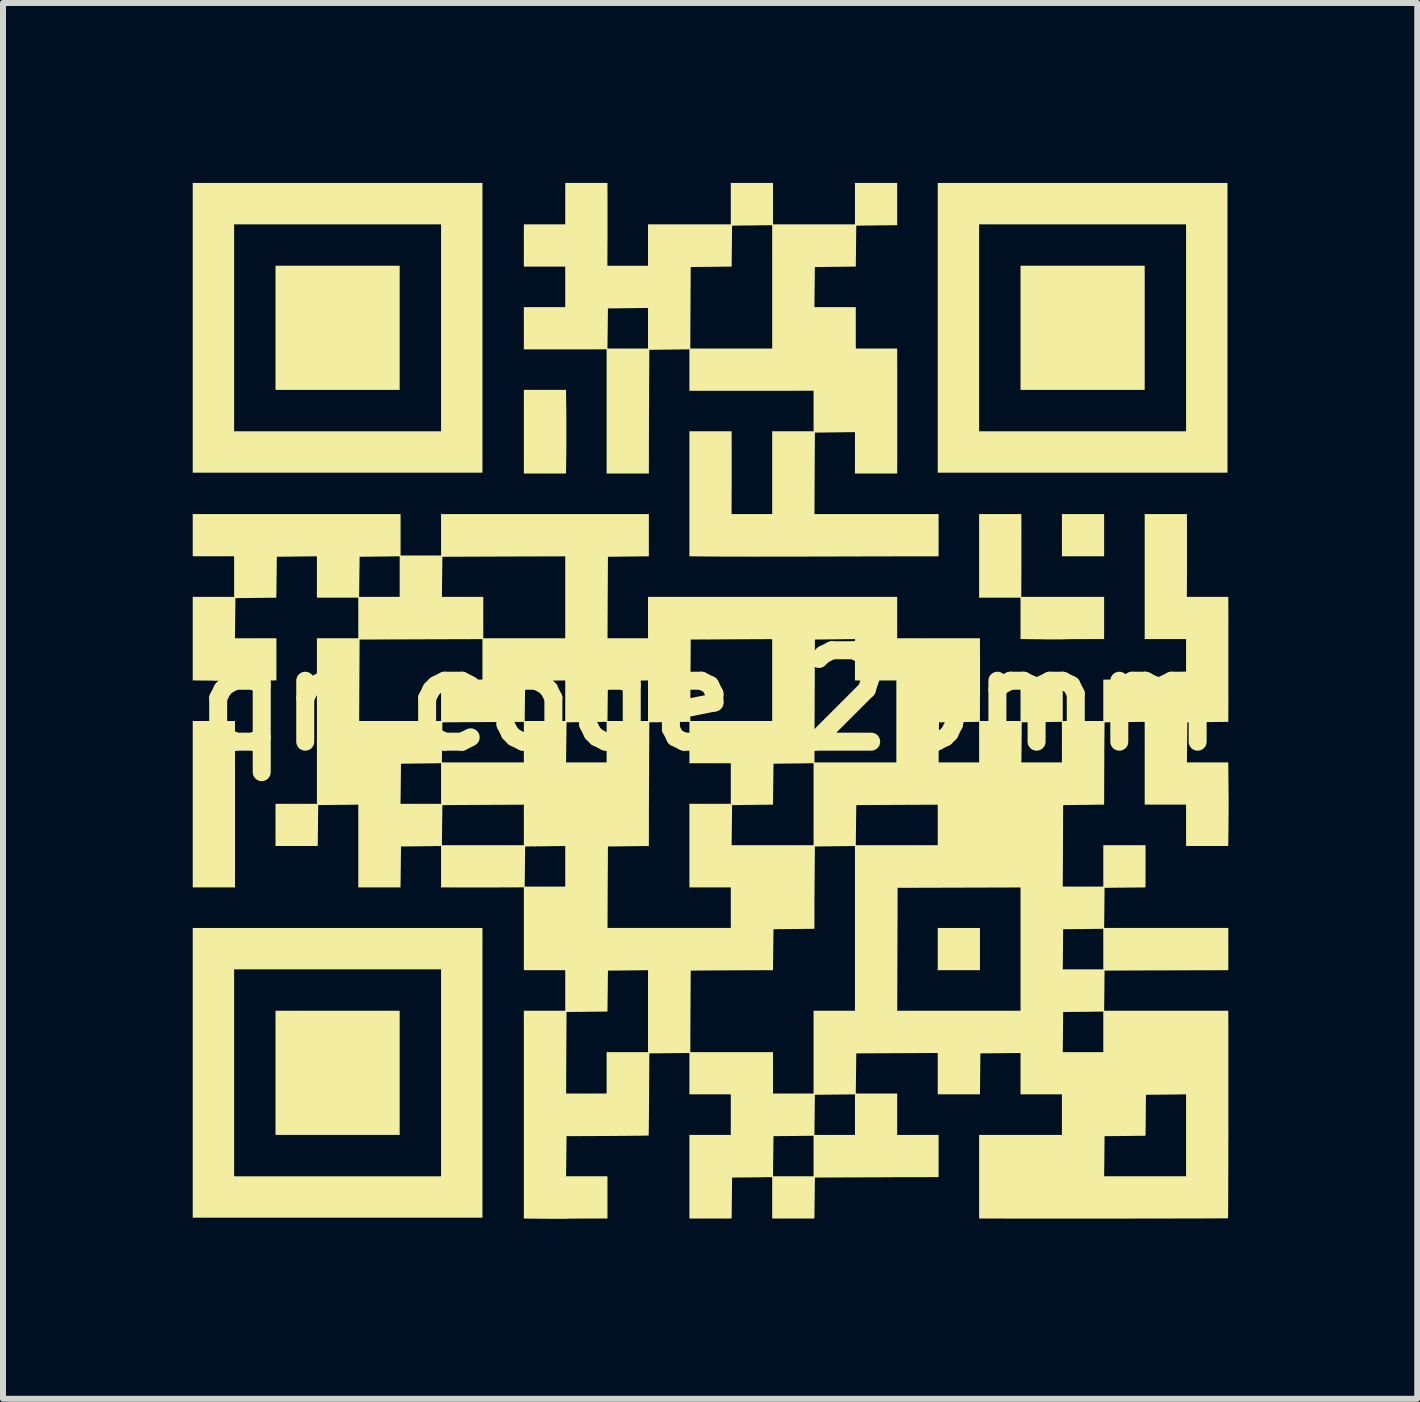
<source format=kicad_pcb>
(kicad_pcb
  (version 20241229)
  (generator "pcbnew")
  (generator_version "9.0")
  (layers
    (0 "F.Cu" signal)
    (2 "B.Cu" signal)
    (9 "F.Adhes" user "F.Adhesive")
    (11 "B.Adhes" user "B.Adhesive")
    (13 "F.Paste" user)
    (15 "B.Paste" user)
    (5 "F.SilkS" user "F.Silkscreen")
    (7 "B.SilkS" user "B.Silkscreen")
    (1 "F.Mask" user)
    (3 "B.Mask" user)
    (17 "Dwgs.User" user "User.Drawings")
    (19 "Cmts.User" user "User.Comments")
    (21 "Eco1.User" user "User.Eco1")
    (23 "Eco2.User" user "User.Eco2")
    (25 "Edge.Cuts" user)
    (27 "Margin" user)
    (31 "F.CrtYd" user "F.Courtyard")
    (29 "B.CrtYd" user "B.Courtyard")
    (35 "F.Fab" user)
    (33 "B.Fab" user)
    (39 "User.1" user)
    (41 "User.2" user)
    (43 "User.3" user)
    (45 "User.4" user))
  (footprint "qr_code_20mm"
    (layer "F.Cu")
    (at 8.788 8.625)
    (property "Reference" "qr_code_20mm" (at 0 0 0) (layer "F.SilkS") (effects (font (size 1.524 1.524) (thickness 0.3))))
    (attr board_only exclude_from_pos_files exclude_from_bom)
    (fp_poly (pts (xy -5.175 -5.175) (xy -7.245 -5.175) (xy -7.245 -7.245) (xy -5.175 -7.245)) (stroke (width 0) (type solid)) (fill yes) (layer "F.SilkS"))
    (fp_poly (pts (xy -5.175 7.245) (xy -7.245 7.245) (xy -7.245 5.175) (xy -5.175 5.175)) (stroke (width 0) (type solid)) (fill yes) (layer "F.SilkS"))
    (fp_poly (pts (xy 4.499 4.499) (xy 3.795 4.499) (xy 3.795 3.795) (xy 4.499 3.795)) (stroke (width 0) (type solid)) (fill yes) (layer "F.SilkS"))
    (fp_poly (pts (xy 6.569 -2.401) (xy 5.865 -2.401) (xy 5.865 -3.105) (xy 6.569 -3.105)) (stroke (width 0) (type solid)) (fill yes) (layer "F.SilkS"))
    (fp_poly (pts (xy 7.245 -5.175) (xy 5.175 -5.175) (xy 5.175 -7.245) (xy 7.245 -7.245)) (stroke (width 0) (type solid)) (fill yes) (layer "F.SilkS"))
    (fp_poly (pts (xy -3.795 -3.795) (xy -8.625 -3.795) (xy -8.625 -4.485) (xy -7.935 -4.485) (xy -4.485 -4.485) (xy -4.485 -7.935) (xy -7.935 -7.935) (xy -7.935 -4.485) (xy -8.625 -4.485) (xy -8.625 -8.625) (xy -3.795 -8.625)) (stroke (width 0) (type solid)) (fill yes) (layer "F.SilkS"))
    (fp_poly (pts (xy -3.795 8.625) (xy -8.625 8.625) (xy -8.625 7.935) (xy -7.935 7.935) (xy -4.485 7.935) (xy -4.485 4.485) (xy -7.935 4.485) (xy -7.935 7.935) (xy -8.625 7.935) (xy -8.625 3.795) (xy -3.795 3.795)) (stroke (width 0) (type solid)) (fill yes) (layer "F.SilkS"))
    (fp_poly (pts (xy -2.397 -4.826) (xy -2.396 -4.7) (xy -2.396 -4.556) (xy -2.396 -4.406) (xy -2.396 -4.262) (xy -2.397 -4.134) (xy -2.397 -4.129) (xy -2.402 -3.781) (xy -3.105 -3.781) (xy -3.105 -5.175) (xy -2.402 -5.175)) (stroke (width 0) (type solid)) (fill yes) (layer "F.SilkS"))
    (fp_poly (pts (xy 8.625 -3.795) (xy 3.795 -3.795) (xy 3.795 -4.485) (xy 4.485 -4.485) (xy 7.935 -4.485) (xy 7.935 -7.935) (xy 4.485 -7.935) (xy 4.485 -4.485) (xy 3.795 -4.485) (xy 3.795 -8.625) (xy 8.625 -8.625)) (stroke (width 0) (type solid)) (fill yes) (layer "F.SilkS"))
    (fp_poly (pts (xy -7.92 0.69) (xy -7.92 0.778) (xy -7.92 0.889) (xy -7.92 1.02) (xy -7.92 1.165) (xy -7.92 1.319) (xy -7.92 1.477) (xy -7.92 1.635) (xy -7.92 1.739) (xy -7.92 1.894) (xy -7.92 2.052) (xy -7.92 2.208) (xy -7.92 2.359) (xy -7.92 2.498) (xy -7.92 2.622) (xy -7.92 2.725) (xy -7.92 2.781) (xy -7.92 3.119) (xy -8.625 3.119) (xy -8.625 0.345) (xy -7.92 0.345)) (stroke (width 0) (type solid)) (fill yes) (layer "F.SilkS"))
    (fp_poly (pts (xy 5.19 -2.756) (xy 5.19 -2.631) (xy 5.19 -2.488) (xy 5.19 -2.34) (xy 5.19 -2.198) (xy 5.189 -2.073) (xy 5.189 -2.066) (xy 5.188 -1.725) (xy 6.569 -1.725) (xy 6.569 -1.021) (xy 6.24 -1.021) (xy 6.145 -1.02) (xy 6.058 -1.02) (xy 5.986 -1.019) (xy 5.931 -1.018) (xy 5.898 -1.017) (xy 5.891 -1.017) (xy 5.872 -1.016) (xy 5.828 -1.016) (xy 5.764 -1.015) (xy 5.684 -1.016) (xy 5.592 -1.016) (xy 5.523 -1.017) (xy 5.175 -1.021) (xy 5.175 -1.711) (xy 4.485 -1.711) (xy 4.485 -3.105) (xy 5.189 -3.105)) (stroke (width 0) (type solid)) (fill yes) (layer "F.SilkS"))
    (fp_poly (pts (xy -1.71 -8.276) (xy -1.71 -8.151) (xy -1.71 -8.008) (xy -1.71 -7.86) (xy -1.71 -7.718) (xy -1.711 -7.593) (xy -1.711 -7.586) (xy -1.712 -7.245) (xy -1.035 -7.245) (xy -1.035 -7.935) (xy 0.345 -7.935) (xy 0.345 -8.625) (xy 1.049 -8.625) (xy 1.049 -7.935) (xy 2.415 -7.935) (xy 2.415 -8.625) (xy 3.119 -8.625) (xy 3.119 -7.921) (xy 2.437 -7.913) (xy 2.433 -7.572) (xy 2.429 -7.231) (xy 2.088 -7.227) (xy 1.747 -7.223) (xy 1.743 -6.889) (xy 1.739 -6.555) (xy 2.429 -6.555) (xy 2.429 -5.865) (xy 3.119 -5.865) (xy 3.12 -5.52) (xy 3.12 -5.397) (xy 3.12 -5.256) (xy 3.12 -5.108) (xy 3.12 -4.963) (xy 3.12 -4.833) (xy 3.12 -4.816) (xy 3.12 -4.689) (xy 3.12 -4.548) (xy 3.12 -4.402) (xy 3.12 -4.261) (xy 3.12 -4.137) (xy 3.12 -4.118) (xy 3.119 -3.781) (xy 2.415 -3.781) (xy 2.415 -4.471) (xy 2.081 -4.467) (xy 1.747 -4.463) (xy 1.743 -3.784) (xy 1.74 -3.105) (xy 3.809 -3.105) (xy 3.809 -2.401) (xy 3.475 -2.4) (xy 3.412 -2.4) (xy 3.322 -2.4) (xy 3.209 -2.4) (xy 3.075 -2.4) (xy 2.923 -2.399) (xy 2.755 -2.399) (xy 2.574 -2.399) (xy 2.383 -2.398) (xy 2.184 -2.398) (xy 1.981 -2.397) (xy 1.774 -2.397) (xy 1.747 -2.397) (xy 1.54 -2.396) (xy 1.335 -2.396) (xy 1.134 -2.396) (xy 0.941 -2.396) (xy 0.757 -2.395) (xy 0.586 -2.396) (xy 0.43 -2.396) (xy 0.292 -2.396) (xy 0.174 -2.396) (xy 0.079 -2.397) (xy 0.01 -2.397) (xy 0.004 -2.397) (xy -0.345 -2.401) (xy -0.345 -4.485) (xy 0.359 -4.485) (xy 0.36 -4.136) (xy 0.36 -4.011) (xy 0.36 -3.868) (xy 0.36 -3.72) (xy 0.36 -3.578) (xy 0.359 -3.453) (xy 0.359 -3.446) (xy 0.358 -3.105) (xy 1.035 -3.105) (xy 1.035 -4.485) (xy 1.725 -4.485) (xy 1.725 -5.161) (xy 1.039 -5.16) (xy 0.885 -5.16) (xy 0.727 -5.16) (xy 0.57 -5.16) (xy 0.419 -5.16) (xy 0.279 -5.16) (xy 0.154 -5.16) (xy 0.051 -5.16) (xy 0.004 -5.16) (xy -0.345 -5.16) (xy -0.345 -5.851) (xy -0.679 -5.847) (xy -1.013 -5.843) (xy -1.017 -5.153) (xy -1.017 -5) (xy -1.018 -4.842) (xy -1.019 -4.686) (xy -1.019 -4.536) (xy -1.02 -4.397) (xy -1.02 -4.273) (xy -1.02 -4.171) (xy -1.02 -4.122) (xy -1.021 -3.781) (xy -1.725 -3.781) (xy -1.725 -5.852) (xy -2.066 -5.85) (xy -2.19 -5.85) (xy -2.332 -5.85) (xy -2.479 -5.85) (xy -2.622 -5.85) (xy -2.749 -5.85) (xy -2.756 -5.85) (xy -3.105 -5.85) (xy -3.105 -5.865) (xy -1.711 -5.865) (xy -1.035 -5.865) (xy -0.33 -5.865) (xy 1.035 -5.865) (xy 1.035 -7.921) (xy 0.701 -7.917) (xy 0.367 -7.913) (xy 0.363 -7.572) (xy 0.359 -7.231) (xy 0.018 -7.227) (xy -0.323 -7.223) (xy -0.327 -6.544) (xy -0.33 -5.865) (xy -1.035 -5.865) (xy -1.035 -6.541) (xy -1.369 -6.537) (xy -1.703 -6.533) (xy -1.707 -6.199) (xy -1.711 -5.865) (xy -3.105 -5.865) (xy -3.105 -6.555) (xy -2.415 -6.555) (xy -2.415 -7.23) (xy -3.105 -7.23) (xy -3.105 -7.935) (xy -2.415 -7.935) (xy -2.415 -8.625) (xy -1.711 -8.625)) (stroke (width 0) (type solid)) (fill yes) (layer "F.SilkS"))
    (fp_poly (pts (xy -5.16 -2.415) (xy -4.485 -2.415) (xy -4.485 -3.105) (xy -1.021 -3.105) (xy -1.021 -2.401) (xy -1.362 -2.397) (xy -1.703 -2.393) (xy -1.707 -1.714) (xy -1.71 -1.035) (xy -1.035 -1.035) (xy -1.035 -1.725) (xy 3.119 -1.725) (xy 3.119 -1.035) (xy 4.499 -1.035) (xy 4.5 -0.686) (xy 4.5 -0.561) (xy 4.5 -0.418) (xy 4.5 -0.271) (xy 4.5 -0.128) (xy 4.499 -0.003) (xy 4.499 0.004) (xy 4.498 0.345) (xy 5.175 0.345) (xy 5.175 -0.345) (xy 5.879 -0.345) (xy 5.879 0.345) (xy 6.555 0.345) (xy 6.555 -0.345) (xy 7.935 -0.345) (xy 7.935 -1.021) (xy 7.245 -1.021) (xy 7.245 -3.105) (xy 7.949 -3.105) (xy 7.95 -2.756) (xy 7.95 -2.631) (xy 7.95 -2.488) (xy 7.95 -2.34) (xy 7.95 -2.198) (xy 7.949 -2.073) (xy 7.949 -2.066) (xy 7.948 -1.725) (xy 8.639 -1.725) (xy 8.64 -1.38) (xy 8.64 -1.257) (xy 8.64 -1.116) (xy 8.64 -0.968) (xy 8.64 -0.823) (xy 8.64 -0.693) (xy 8.64 -0.676) (xy 8.64 -0.55) (xy 8.64 -0.408) (xy 8.64 -0.262) (xy 8.64 -0.121) (xy 8.64 0.003) (xy 8.64 0.021) (xy 8.639 0.359) (xy 7.956 0.367) (xy 7.953 0.701) (xy 7.949 1.035) (xy 8.638 1.035) (xy 8.642 1.384) (xy 8.643 1.51) (xy 8.644 1.654) (xy 8.644 1.804) (xy 8.643 1.948) (xy 8.642 2.075) (xy 8.642 2.081) (xy 8.638 2.429) (xy 7.935 2.429) (xy 7.935 1.739) (xy 7.245 1.739) (xy 7.245 0.359) (xy 6.911 0.363) (xy 6.576 0.367) (xy 6.573 0.712) (xy 6.572 0.837) (xy 6.572 0.979) (xy 6.571 1.127) (xy 6.57 1.269) (xy 6.57 1.395) (xy 6.57 1.398) (xy 6.569 1.739) (xy 5.886 1.747) (xy 5.883 2.426) (xy 5.879 3.105) (xy 6.555 3.105) (xy 6.555 2.415) (xy 7.259 2.415) (xy 7.259 3.119) (xy 6.576 3.126) (xy 6.573 3.461) (xy 6.569 3.795) (xy 8.639 3.795) (xy 8.639 4.499) (xy 8.298 4.5) (xy 8.21 4.5) (xy 8.099 4.5) (xy 7.968 4.501) (xy 7.824 4.501) (xy 7.671 4.502) (xy 7.513 4.502) (xy 7.357 4.503) (xy 7.266 4.503) (xy 6.576 4.506) (xy 6.573 4.841) (xy 6.569 5.175) (xy 8.639 5.175) (xy 8.64 5.523) (xy 8.64 5.784) (xy 8.64 6.042) (xy 8.64 6.297) (xy 8.64 6.547) (xy 8.64 6.791) (xy 8.64 7.026) (xy 8.64 7.252) (xy 8.639 7.466) (xy 8.639 7.667) (xy 8.639 7.854) (xy 8.638 8.024) (xy 8.638 8.177) (xy 8.637 8.311) (xy 8.637 8.424) (xy 8.636 8.514) (xy 8.636 8.58) (xy 8.635 8.621) (xy 8.634 8.634) (xy 8.62 8.635) (xy 8.578 8.636) (xy 8.51 8.636) (xy 8.418 8.637) (xy 8.304 8.637) (xy 8.169 8.638) (xy 8.014 8.638) (xy 7.841 8.638) (xy 7.651 8.639) (xy 7.447 8.639) (xy 7.229 8.639) (xy 7 8.64) (xy 6.76 8.64) (xy 6.512 8.64) (xy 6.256 8.64) (xy 5.994 8.64) (xy 5.729 8.64) (xy 5.461 8.64) (xy 5.191 8.64) (xy 4.922 8.64) (xy 4.833 8.639) (xy 4.485 8.639) (xy 4.485 7.935) (xy 6.569 7.935) (xy 7.935 7.935) (xy 7.935 6.569) (xy 7.601 6.573) (xy 7.266 6.576) (xy 7.263 6.918) (xy 7.259 7.259) (xy 6.918 7.263) (xy 6.576 7.266) (xy 6.573 7.601) (xy 6.569 7.935) (xy 4.485 7.935) (xy 4.485 7.245) (xy 5.865 7.245) (xy 5.865 6.569) (xy 5.175 6.569) (xy 5.175 5.879) (xy 4.841 5.883) (xy 4.506 5.886) (xy 4.499 6.569) (xy 3.795 6.569) (xy 3.795 5.879) (xy 3.116 5.883) (xy 2.437 5.886) (xy 2.433 6.221) (xy 2.429 6.555) (xy 3.119 6.555) (xy 3.119 7.245) (xy 3.809 7.245) (xy 3.809 7.949) (xy 3.468 7.95) (xy 3.38 7.95) (xy 3.269 7.95) (xy 3.138 7.95) (xy 2.994 7.951) (xy 2.841 7.952) (xy 2.683 7.952) (xy 2.527 7.953) (xy 2.437 7.953) (xy 1.747 7.956) (xy 1.739 8.639) (xy 1.035 8.639) (xy 1.035 7.949) (xy 0.701 7.953) (xy 0.367 7.956) (xy 0.359 8.639) (xy -0.345 8.639) (xy -0.345 7.935) (xy 1.049 7.935) (xy 1.725 7.935) (xy 1.725 7.259) (xy 1.391 7.263) (xy 1.057 7.266) (xy 1.053 7.601) (xy 1.049 7.935) (xy -0.345 7.935) (xy -0.345 7.245) (xy 0.345 7.245) (xy 1.739 7.245) (xy 2.415 7.245) (xy 2.415 6.569) (xy 2.081 6.573) (xy 1.747 6.576) (xy 1.743 6.911) (xy 1.739 7.245) (xy 0.345 7.245) (xy 0.345 6.569) (xy -0.345 6.569) (xy -0.345 5.879) (xy -0.679 5.883) (xy -1.013 5.886) (xy -1.017 6.568) (xy -1.018 6.705) (xy -1.019 6.833) (xy -1.02 6.949) (xy -1.021 7.051) (xy -1.022 7.135) (xy -1.023 7.199) (xy -1.024 7.24) (xy -1.025 7.254) (xy -1.04 7.255) (xy -1.081 7.257) (xy -1.145 7.258) (xy -1.229 7.259) (xy -1.331 7.26) (xy -1.447 7.261) (xy -1.576 7.262) (xy -1.712 7.263) (xy -2.393 7.266) (xy -2.397 7.601) (xy -2.401 7.935) (xy -1.711 7.935) (xy -1.711 8.639) (xy -2.04 8.639) (xy -2.135 8.639) (xy -2.221 8.64) (xy -2.294 8.64) (xy -2.349 8.641) (xy -2.382 8.642) (xy -2.389 8.643) (xy -2.408 8.644) (xy -2.452 8.644) (xy -2.516 8.644) (xy -2.596 8.644) (xy -2.688 8.643) (xy -2.756 8.643) (xy -3.105 8.639) (xy -3.105 6.555) (xy -2.4 6.555) (xy -1.725 6.555) (xy -1.725 5.865) (xy -1.035 5.865) (xy -0.33 5.865) (xy 1.049 5.865) (xy 1.049 6.555) (xy 1.725 6.555) (xy 1.725 5.865) (xy 5.879 5.865) (xy 6.555 5.865) (xy 6.555 5.189) (xy 6.221 5.193) (xy 5.886 5.196) (xy 5.883 5.531) (xy 5.879 5.865) (xy 1.725 5.865) (xy 1.725 5.175) (xy 2.415 5.175) (xy 3.12 5.175) (xy 5.175 5.175) (xy 5.175 4.485) (xy 5.879 4.485) (xy 6.555 4.485) (xy 6.555 3.809) (xy 6.221 3.813) (xy 5.886 3.816) (xy 5.883 4.151) (xy 5.879 4.485) (xy 5.175 4.485) (xy 5.175 3.12) (xy 4.151 3.123) (xy 3.126 3.126) (xy 3.123 4.151) (xy 3.12 5.175) (xy 2.415 5.175) (xy 2.415 2.429) (xy 2.081 2.433) (xy 1.747 2.437) (xy 1.744 2.781) (xy 1.743 2.907) (xy 1.742 3.049) (xy 1.741 3.197) (xy 1.74 3.339) (xy 1.74 3.464) (xy 1.74 3.468) (xy 1.739 3.809) (xy 1.057 3.816) (xy 1.049 4.499) (xy 0.708 4.5) (xy 0.583 4.5) (xy 0.441 4.501) (xy 0.293 4.502) (xy 0.151 4.502) (xy 0.025 4.503) (xy 0.022 4.503) (xy -0.323 4.506) (xy -0.327 5.186) (xy -0.33 5.865) (xy -1.035 5.865) (xy -1.035 4.499) (xy -1.369 4.503) (xy -1.703 4.506) (xy -1.707 4.848) (xy -1.711 5.189) (xy -2.393 5.196) (xy -2.397 5.876) (xy -2.4 6.555) (xy -3.105 6.555) (xy -3.105 5.175) (xy -2.415 5.175) (xy -2.415 4.499) (xy -3.105 4.499) (xy -3.105 3.795) (xy -1.71 3.795) (xy 0.345 3.795) (xy 0.345 3.119) (xy -0.345 3.119) (xy -0.345 2.415) (xy 0.359 2.415) (xy 1.725 2.415) (xy 2.429 2.415) (xy 3.795 2.415) (xy 3.795 1.74) (xy 3.116 1.743) (xy 2.437 1.747) (xy 2.433 2.081) (xy 2.429 2.415) (xy 1.725 2.415) (xy 1.725 1.049) (xy 1.391 1.053) (xy 1.057 1.057) (xy 1.053 1.398) (xy 1.049 1.739) (xy 0.708 1.743) (xy 0.367 1.747) (xy 0.363 2.081) (xy 0.359 2.415) (xy -0.345 2.415) (xy -0.345 1.725) (xy 0.345 1.725) (xy 0.345 1.049) (xy -0.345 1.049) (xy -0.345 1.035) (xy 1.74 1.035) (xy 3.105 1.035) (xy 3.809 1.035) (xy 4.485 1.035) (xy 5.189 1.035) (xy 5.865 1.035) (xy 5.865 0.359) (xy 5.531 0.363) (xy 5.196 0.367) (xy 5.193 0.701) (xy 5.189 1.035) (xy 4.485 1.035) (xy 4.485 0.359) (xy 4.151 0.363) (xy 3.816 0.367) (xy 3.813 0.701) (xy 3.809 1.035) (xy 3.105 1.035) (xy 3.105 -0.331) (xy 2.415 -0.331) (xy 2.415 -1.021) (xy 2.081 -1.017) (xy 1.747 -1.013) (xy 1.743 0.011) (xy 1.74 1.035) (xy -0.345 1.035) (xy -0.345 0.359) (xy -0.679 0.363) (xy -1.013 0.367) (xy -1.017 1.057) (xy -1.017 1.21) (xy -1.018 1.367) (xy -1.019 1.524) (xy -1.019 1.674) (xy -1.02 1.813) (xy -1.02 1.936) (xy -1.02 2.039) (xy -1.02 2.088) (xy -1.021 2.429) (xy -1.362 2.433) (xy -1.703 2.437) (xy -1.707 3.116) (xy -1.71 3.795) (xy -3.105 3.795) (xy -3.105 3.118) (xy -3.446 3.119) (xy -3.57 3.12) (xy -3.712 3.12) (xy -3.859 3.12) (xy -4.002 3.12) (xy -4.129 3.12) (xy -4.136 3.12) (xy -4.485 3.119) (xy -4.485 3.105) (xy -3.091 3.105) (xy -2.415 3.105) (xy -2.415 2.429) (xy -2.749 2.433) (xy -3.083 2.437) (xy -3.087 2.771) (xy -3.091 3.105) (xy -4.485 3.105) (xy -4.485 2.429) (xy -4.819 2.433) (xy -5.153 2.437) (xy -5.161 3.119) (xy -5.865 3.119) (xy -5.865 2.415) (xy -4.471 2.415) (xy -3.105 2.415) (xy -3.105 1.74) (xy -3.784 1.743) (xy -4.463 1.747) (xy -4.467 2.081) (xy -4.471 2.415) (xy -5.865 2.415) (xy -5.865 1.739) (xy -6.199 1.743) (xy -6.533 1.747) (xy -6.541 2.429) (xy -7.245 2.429) (xy -7.245 1.725) (xy -6.555 1.725) (xy -5.161 1.725) (xy -4.485 1.725) (xy -4.485 1.049) (xy -4.819 1.053) (xy -5.153 1.057) (xy -5.157 1.391) (xy -5.161 1.725) (xy -6.555 1.725) (xy -6.555 1.035) (xy -4.471 1.035) (xy -3.105 1.035) (xy -2.401 1.035) (xy -1.725 1.035) (xy -1.725 0.359) (xy -2.059 0.363) (xy -2.393 0.367) (xy -2.397 0.701) (xy -2.401 1.035) (xy -3.105 1.035) (xy -3.105 0.36) (xy -3.784 0.363) (xy -4.463 0.367) (xy -4.467 0.701) (xy -4.471 1.035) (xy -6.555 1.035) (xy -6.555 0.345) (xy -5.85 0.345) (xy -4.485 0.345) (xy -3.091 0.345) (xy -2.415 0.345) (xy -1.711 0.345) (xy -1.035 0.345) (xy -0.33 0.345) (xy 1.035 0.345) (xy 1.035 -1.02) (xy 0.356 -1.017) (xy -0.323 -1.013) (xy -0.327 -0.334) (xy -0.33 0.345) (xy -1.035 0.345) (xy -1.035 -0.331) (xy -1.369 -0.327) (xy -1.703 -0.323) (xy -1.707 0.011) (xy -1.711 0.345) (xy -2.415 0.345) (xy -2.415 -0.331) (xy -2.749 -0.327) (xy -3.083 -0.323) (xy -3.087 0.011) (xy -3.091 0.345) (xy -4.485 0.345) (xy -4.485 -0.345) (xy -3.795 -0.345) (xy -3.795 -1.02) (xy -4.819 -1.017) (xy -5.843 -1.013) (xy -5.847 -0.334) (xy -5.85 0.345) (xy -6.555 0.345) (xy -6.555 -1.035) (xy -5.865 -1.035) (xy -5.865 -1.711) (xy -6.555 -1.711) (xy -6.555 -1.725) (xy -5.851 -1.725) (xy -5.175 -1.725) (xy -4.471 -1.725) (xy -3.781 -1.725) (xy -3.781 -1.035) (xy -2.415 -1.035) (xy -2.415 -2.4) (xy -3.439 -2.397) (xy -4.463 -2.393) (xy -4.467 -2.059) (xy -4.471 -1.725) (xy -5.175 -1.725) (xy -5.175 -2.401) (xy -5.509 -2.397) (xy -5.843 -2.393) (xy -5.847 -2.059) (xy -5.851 -1.725) (xy -6.555 -1.725) (xy -6.555 -2.401) (xy -6.889 -2.397) (xy -7.223 -2.393) (xy -7.227 -2.052) (xy -7.231 -1.711) (xy -7.572 -1.707) (xy -7.913 -1.703) (xy -7.917 -1.369) (xy -7.921 -1.035) (xy -7.23 -1.035) (xy -7.23 -0.332) (xy -7.579 -0.328) (xy -7.705 -0.326) (xy -7.849 -0.326) (xy -7.999 -0.326) (xy -8.143 -0.326) (xy -8.271 -0.327) (xy -8.276 -0.328) (xy -8.625 -0.332) (xy -8.625 -1.725) (xy -7.935 -1.725) (xy -7.935 -2.401) (xy -8.625 -2.401) (xy -8.625 -3.105) (xy -5.16 -3.105)) (stroke (width 0) (type solid)) (fill yes) (layer "F.SilkS")))
  (gr_rect
    (start -3 -3)
    (end 20.577 20.269)
    (stroke (width 0.1) (type default))
    (fill no)
    (layer "Edge.Cuts")))
</source>
